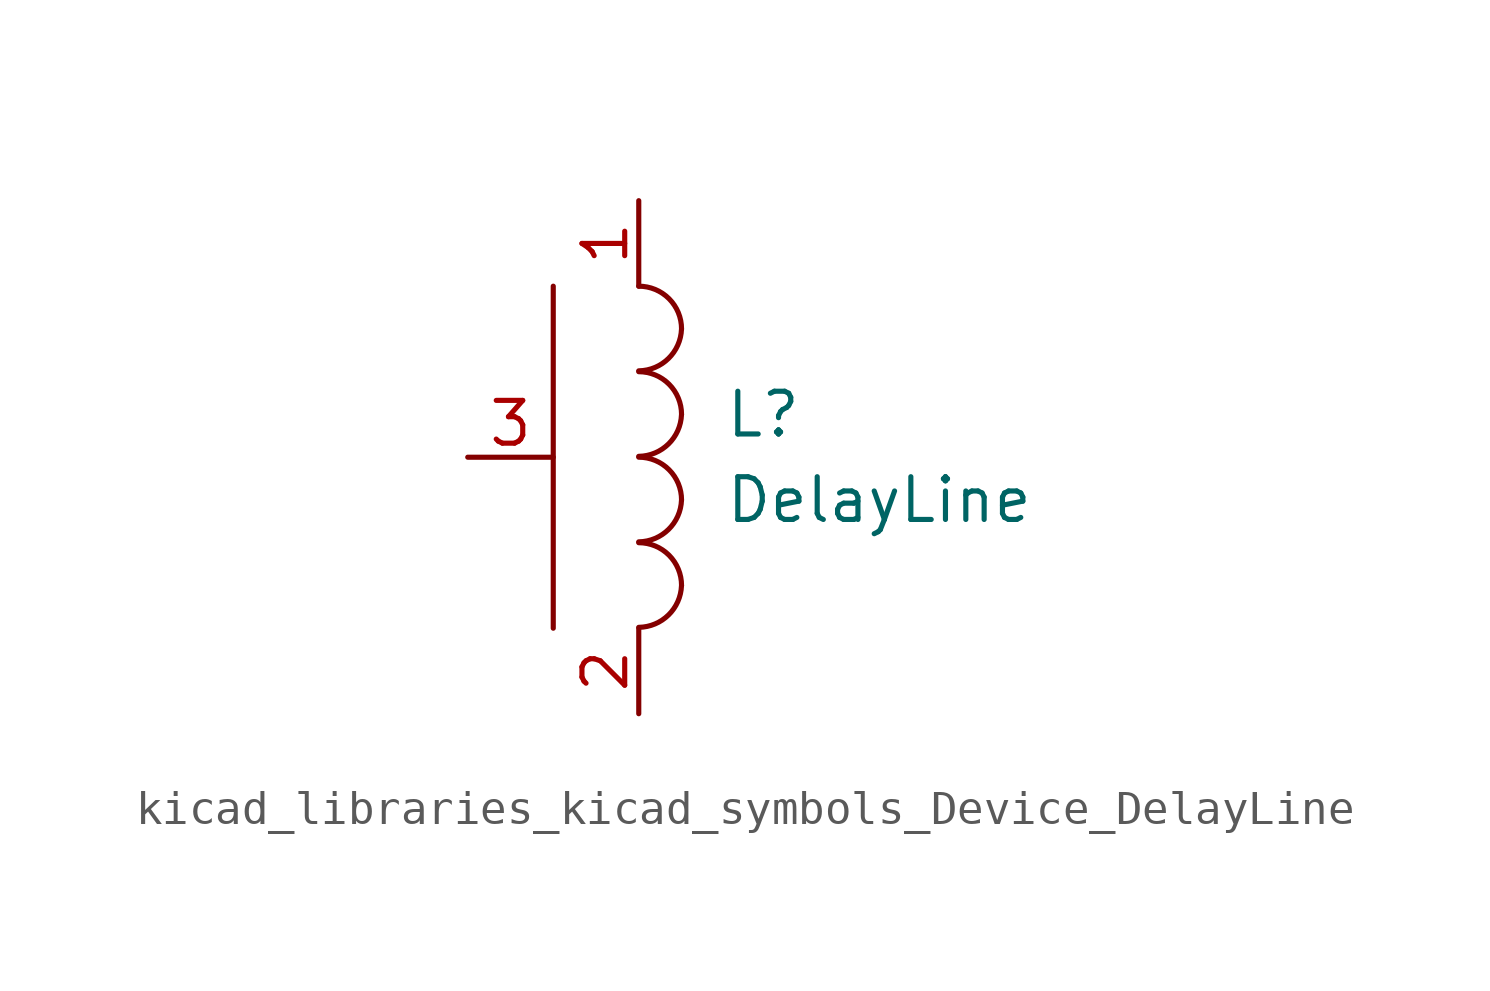
<source format=kicad_sym>
(kicad_symbol_lib
  (version 20220914)
  (generator kicad_symbol_editor)
  (symbol "kicad_libraries_kicad_symbols_Device_DelayLine"
    (pin_names
      (offset 1.016) hide)
    (property "Reference" "L"
      (at 2.54 1.27 0)
      (effects (font (size 1.27 1.27)) (justify left)))
    (property "Value" "DelayLine"
      (at 2.54 -1.27 0)
      (effects (font (size 1.27 1.27)) (justify left)))
    (symbol "kicad_libraries_kicad_symbols_Device_DelayLine_0_1"
      (arc (start 0 -5.0546) (mid 0.8801 -4.6901) (end 1.27 -3.81) (stroke (width 0) (type default)) (fill (type none)))
      (arc (start 0 -2.5146) (mid 0.8801 -2.1501) (end 1.27 -1.27) (stroke (width 0) (type default)) (fill (type none)))
      (polyline (pts (xy -2.54 5.08) (xy -2.54 -5.08)) (stroke (width 0) (type default)) (fill (type none)))
      (arc (start 0 0.0254) (mid 0.8801 0.3899) (end 1.27 1.27) (stroke (width 0) (type default)) (fill (type none)))
      (arc (start 0 2.5654) (mid 0.8801 2.9299) (end 1.27 3.81) (stroke (width 0) (type default)) (fill (type none)))
      (arc (start 1.27 -3.81) (mid 0.898 -2.912) (end 0 -2.54) (stroke (width 0) (type default)) (fill (type none)))
      (arc (start 1.27 -1.27) (mid 0.898 -0.372) (end 0 0) (stroke (width 0) (type default)) (fill (type none)))
      (arc (start 1.27 1.27) (mid 0.898 2.168) (end 0 2.54) (stroke (width 0) (type default)) (fill (type none)))
      (arc (start 1.27 3.81) (mid 0.898 4.708) (end 0 5.08) (stroke (width 0) (type default)) (fill (type none))))
    (symbol "kicad_libraries_kicad_symbols_Device_DelayLine_1_1"
      (pin passive line (at 0 7.62 270) (length 2.54) (name "1" (effects (font (size 1.27 1.27)))) (number "1" (effects (font (size 1.27 1.27)))))
      (pin passive line (at 0 -7.62 90) (length 2.54) (name "2" (effects (font (size 1.27 1.27)))) (number "2" (effects (font (size 1.27 1.27)))))
      (pin input line (at -5.08 0 0) (length 2.54) (name "COMMUN" (effects (font (size 1.27 1.27)))) (number "3" (effects (font (size 1.27 1.27))))))))
</source>
